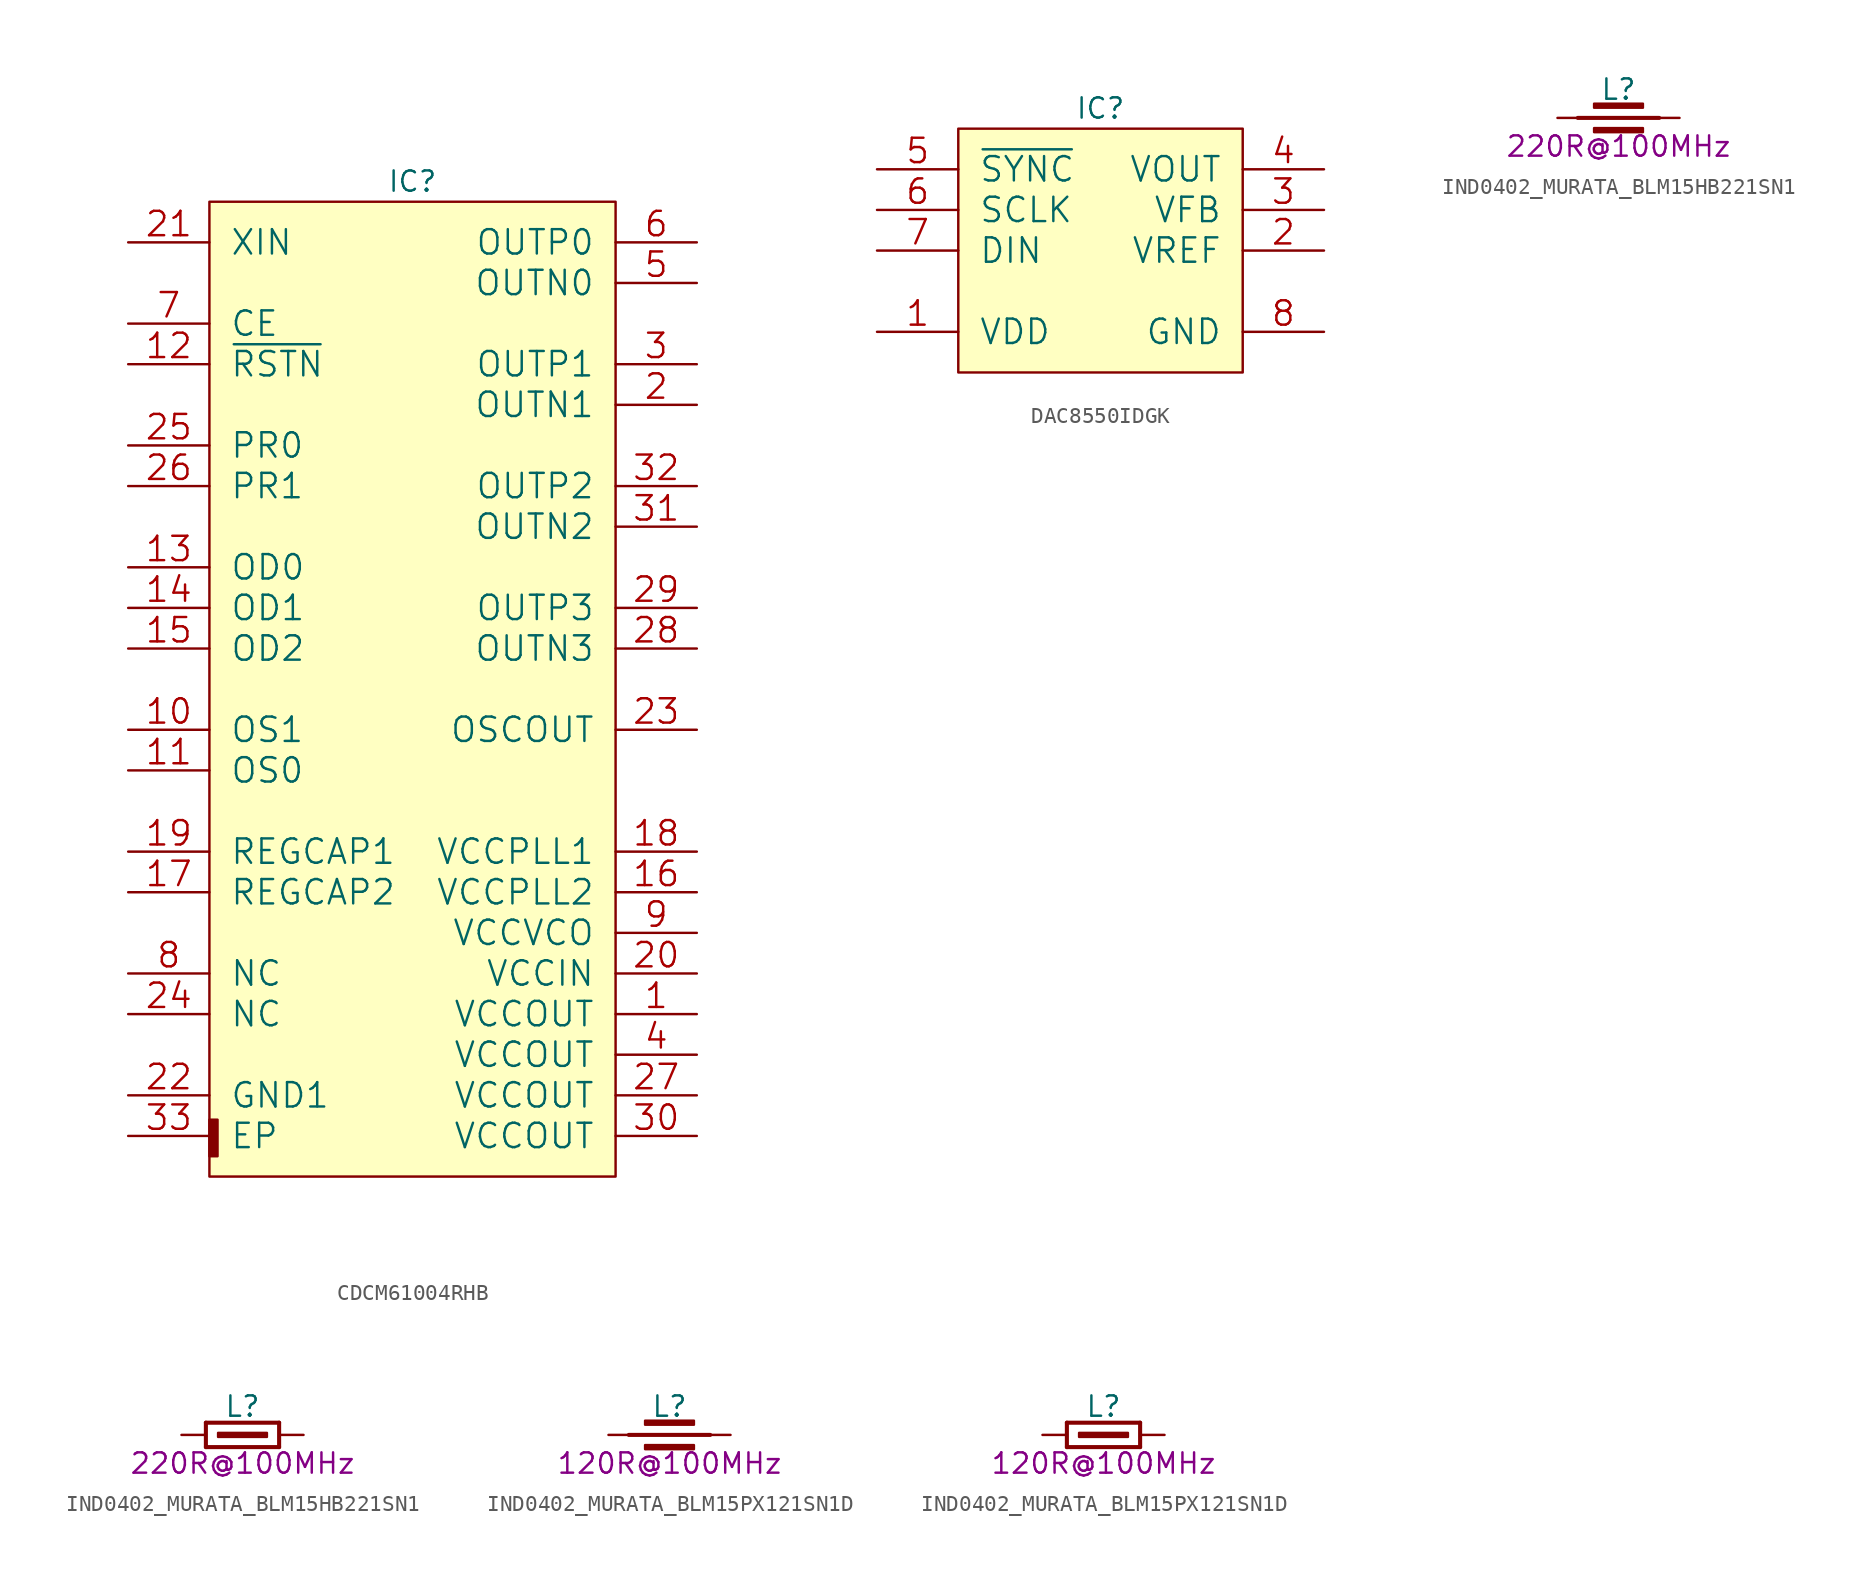
<source format=kicad_sym>
(kicad_symbol_lib
  (version 20241209)
  (generator "kicad_symbol_editor")
  (generator_version "9.0")
  (symbol "CDCM61004RHB"
    (pin_names
      (offset 1.27))
    (property "Reference" "IC"
      (at 12.7 1.27 0)
      (effects (font (size 1.27 1.27))))
    (property "ki_locked" ""
      (at 0 0 0)
      (effects (font (size 1.27 1.27))))
    (symbol "CDCM61004RHB_0_1"
      (rectangle (start 0 -59.69) (end 0.508 -57.404) (stroke (width 0) (type default)) (fill (type outline)))
      (rectangle (start 0 -60.96) (end 25.4 0) (stroke (width 0) (type default)) (fill (type background)))
      (pin input line (at -5.08 -2.54 0) (length 5.08) (name "XIN" (effects (font (size 1.524 1.524)))) (number "21" (effects (font (size 1.524 1.524)))))
      (pin input line (at -5.08 -7.62 0) (length 5.08) (name "CE" (effects (font (size 1.524 1.524)))) (number "7" (effects (font (size 1.524 1.524)))))
      (pin input line (at -5.08 -10.16 0) (length 5.08) (name "~{RSTN}" (effects (font (size 1.524 1.524)))) (number "12" (effects (font (size 1.524 1.524)))))
      (pin input line (at -5.08 -15.24 0) (length 5.08) (name "PR0" (effects (font (size 1.524 1.524)))) (number "25" (effects (font (size 1.524 1.524)))))
      (pin input line (at -5.08 -17.78 0) (length 5.08) (name "PR1" (effects (font (size 1.524 1.524)))) (number "26" (effects (font (size 1.524 1.524)))))
      (pin input line (at -5.08 -22.86 0) (length 5.08) (name "OD0" (effects (font (size 1.524 1.524)))) (number "13" (effects (font (size 1.524 1.524)))))
      (pin input line (at -5.08 -25.4 0) (length 5.08) (name "OD1" (effects (font (size 1.524 1.524)))) (number "14" (effects (font (size 1.524 1.524)))))
      (pin input line (at -5.08 -27.94 0) (length 5.08) (name "OD2" (effects (font (size 1.524 1.524)))) (number "15" (effects (font (size 1.524 1.524)))))
      (pin input line (at -5.08 -33.02 0) (length 5.08) (name "OS1" (effects (font (size 1.524 1.524)))) (number "10" (effects (font (size 1.524 1.524)))))
      (pin input line (at -5.08 -35.56 0) (length 5.08) (name "OS0" (effects (font (size 1.524 1.524)))) (number "11" (effects (font (size 1.524 1.524)))))
      (pin output line (at -5.08 -40.64 0) (length 5.08) (name "REGCAP1" (effects (font (size 1.524 1.524)))) (number "19" (effects (font (size 1.524 1.524)))))
      (pin output line (at -5.08 -43.18 0) (length 5.08) (name "REGCAP2" (effects (font (size 1.524 1.524)))) (number "17" (effects (font (size 1.524 1.524)))))
      (pin passive line (at -5.08 -48.26 0) (length 5.08) (name "NC" (effects (font (size 1.524 1.524)))) (number "8" (effects (font (size 1.524 1.524)))))
      (pin passive line (at -5.08 -50.8 0) (length 5.08) (name "NC" (effects (font (size 1.524 1.524)))) (number "24" (effects (font (size 1.524 1.524)))))
      (pin power_in line (at -5.08 -55.88 0) (length 5.08) (name "GND1" (effects (font (size 1.524 1.524)))) (number "22" (effects (font (size 1.524 1.524)))))
      (pin power_in line (at -5.08 -58.42 0) (length 5.08) (name "EP" (effects (font (size 1.524 1.524)))) (number "33" (effects (font (size 1.524 1.524)))))
      (pin output line (at 30.48 -2.54 180) (length 5.08) (name "OUTP0" (effects (font (size 1.524 1.524)))) (number "6" (effects (font (size 1.524 1.524)))))
      (pin output line (at 30.48 -5.08 180) (length 5.08) (name "OUTN0" (effects (font (size 1.524 1.524)))) (number "5" (effects (font (size 1.524 1.524)))))
      (pin output line (at 30.48 -10.16 180) (length 5.08) (name "OUTP1" (effects (font (size 1.524 1.524)))) (number "3" (effects (font (size 1.524 1.524)))))
      (pin output line (at 30.48 -12.7 180) (length 5.08) (name "OUTN1" (effects (font (size 1.524 1.524)))) (number "2" (effects (font (size 1.524 1.524)))))
      (pin output line (at 30.48 -17.78 180) (length 5.08) (name "OUTP2" (effects (font (size 1.524 1.524)))) (number "32" (effects (font (size 1.524 1.524)))))
      (pin output line (at 30.48 -20.32 180) (length 5.08) (name "OUTN2" (effects (font (size 1.524 1.524)))) (number "31" (effects (font (size 1.524 1.524)))))
      (pin output line (at 30.48 -25.4 180) (length 5.08) (name "OUTP3" (effects (font (size 1.524 1.524)))) (number "29" (effects (font (size 1.524 1.524)))))
      (pin output line (at 30.48 -27.94 180) (length 5.08) (name "OUTN3" (effects (font (size 1.524 1.524)))) (number "28" (effects (font (size 1.524 1.524)))))
      (pin output line (at 30.48 -33.02 180) (length 5.08) (name "OSCOUT" (effects (font (size 1.524 1.524)))) (number "23" (effects (font (size 1.524 1.524)))))
      (pin power_in line (at 30.48 -40.64 180) (length 5.08) (name "VCCPLL1" (effects (font (size 1.524 1.524)))) (number "18" (effects (font (size 1.524 1.524)))))
      (pin power_in line (at 30.48 -43.18 180) (length 5.08) (name "VCCPLL2" (effects (font (size 1.524 1.524)))) (number "16" (effects (font (size 1.524 1.524)))))
      (pin power_in line (at 30.48 -45.72 180) (length 5.08) (name "VCCVCO" (effects (font (size 1.524 1.524)))) (number "9" (effects (font (size 1.524 1.524)))))
      (pin power_in line (at 30.48 -48.26 180) (length 5.08) (name "VCCIN" (effects (font (size 1.524 1.524)))) (number "20" (effects (font (size 1.524 1.524)))))
      (pin power_out line (at 30.48 -50.8 180) (length 5.08) (name "VCCOUT" (effects (font (size 1.524 1.524)))) (number "1" (effects (font (size 1.524 1.524)))))
      (pin passive line (at 30.48 -53.34 180) (length 5.08) (name "VCCOUT" (effects (font (size 1.524 1.524)))) (number "4" (effects (font (size 1.524 1.524)))))
      (pin passive line (at 30.48 -55.88 180) (length 5.08) (name "VCCOUT" (effects (font (size 1.524 1.524)))) (number "27" (effects (font (size 1.524 1.524)))))
      (pin passive line (at 30.48 -58.42 180) (length 5.08) (name "VCCOUT" (effects (font (size 1.524 1.524)))) (number "30" (effects (font (size 1.524 1.524)))))))
  (symbol "DAC8550IDGK"
    (pin_names
      (offset 1.27))
    (property "Reference" "IC"
      (at 8.89 1.27 0)
      (effects (font (size 1.27 1.27))))
    (property "ki_locked" ""
      (at 0 0 0)
      (effects (font (size 1.27 1.27))))
    (symbol "DAC8550IDGK_0_1"
      (rectangle (start 0 -15.24) (end 17.78 0) (stroke (width 0) (type default)) (fill (type background)))
      (pin input line (at -5.08 -2.54 0) (length 5.08) (name "~{SYNC}" (effects (font (size 1.524 1.524)))) (number "5" (effects (font (size 1.524 1.524)))))
      (pin input line (at -5.08 -5.08 0) (length 5.08) (name "SCLK" (effects (font (size 1.524 1.524)))) (number "6" (effects (font (size 1.524 1.524)))))
      (pin input line (at -5.08 -7.62 0) (length 5.08) (name "DIN" (effects (font (size 1.524 1.524)))) (number "7" (effects (font (size 1.524 1.524)))))
      (pin power_in line (at -5.08 -12.7 0) (length 5.08) (name "VDD" (effects (font (size 1.524 1.524)))) (number "1" (effects (font (size 1.524 1.524)))))
      (pin output line (at 22.86 -2.54 180) (length 5.08) (name "VOUT" (effects (font (size 1.524 1.524)))) (number "4" (effects (font (size 1.524 1.524)))))
      (pin input line (at 22.86 -5.08 180) (length 5.08) (name "VFB" (effects (font (size 1.524 1.524)))) (number "3" (effects (font (size 1.524 1.524)))))
      (pin input line (at 22.86 -7.62 180) (length 5.08) (name "VREF" (effects (font (size 1.524 1.524)))) (number "2" (effects (font (size 1.524 1.524)))))
      (pin power_in line (at 22.86 -12.7 180) (length 5.08) (name "GND" (effects (font (size 1.524 1.524)))) (number "8" (effects (font (size 1.524 1.524)))))))
  (symbol "IND0402_MURATA_BLM15HB221SN1"
    (pin_names
      (offset 1.27))
    (property "Reference" "L"
      (at 3.81 1.778 0)
      (effects (font (size 1.27 1.27))))
    (property "Val" "220R@100MHz"
      (at 3.81 -1.778 0)
      (effects (font (size 1.27 1.27))))
    (property "ki_locked" ""
      (at 0 0 0)
      (effects (font (size 1.27 1.27))))
    (symbol "IND0402_MURATA_BLM15HB221SN1_0_1"
      (polyline (pts (xy 1.27 0) (xy 6.35 0)) (stroke (width 0.254) (type solid)) (fill (type none)))
      (rectangle (start 2.286 0.635) (end 5.334 0.889) (stroke (width 0) (type solid)) (fill (type outline)))
      (rectangle (start 2.286 -0.889) (end 5.334 -0.635) (stroke (width 0) (type solid)) (fill (type outline)))
      (pin passive line (at 0 0 0) (length 1.27) (name "1" (effects (font (size 0 0)))) (number "1" (effects (font (size 0 0)))))
      (pin passive line (at 7.62 0 180) (length 1.27) (name "2" (effects (font (size 0 0)))) (number "2" (effects (font (size 0 0))))))
    (symbol "IND0402_MURATA_BLM15HB221SN1_0_2"
      (polyline (pts (xy 1.524 0.762) (xy 1.524 -0.762)) (stroke (width 0.254) (type solid)) (fill (type none)))
      (polyline (pts (xy 1.524 -0.762) (xy 6.096 -0.762)) (stroke (width 0.254) (type solid)) (fill (type none)))
      (rectangle (start 2.286 -0.127) (end 5.334 0.127) (stroke (width 0) (type solid)) (fill (type outline)))
      (polyline (pts (xy 6.096 0.762) (xy 1.524 0.762)) (stroke (width 0.254) (type solid)) (fill (type none)))
      (polyline (pts (xy 6.096 -0.762) (xy 6.096 0.762)) (stroke (width 0.254) (type solid)) (fill (type none)))
      (pin passive line (at 0 0 0) (length 1.524) (name "1" (effects (font (size 0 0)))) (number "1" (effects (font (size 0 0)))))
      (pin passive line (at 7.62 0 180) (length 1.524) (name "2" (effects (font (size 0 0)))) (number "2" (effects (font (size 0 0)))))))
  (symbol "IND0402_MURATA_BLM15PX121SN1D"
    (pin_names
      (offset 1.27))
    (property "Reference" "L"
      (at 3.81 1.778 0)
      (effects (font (size 1.27 1.27))))
    (property "Val" "120R@100MHz"
      (at 3.81 -1.778 0)
      (effects (font (size 1.27 1.27))))
    (property "ki_locked" ""
      (at 0 0 0)
      (effects (font (size 1.27 1.27))))
    (symbol "IND0402_MURATA_BLM15PX121SN1D_0_1"
      (polyline (pts (xy 1.27 0) (xy 6.35 0)) (stroke (width 0.254) (type solid)) (fill (type none)))
      (rectangle (start 2.286 0.635) (end 5.334 0.889) (stroke (width 0) (type solid)) (fill (type outline)))
      (rectangle (start 2.286 -0.889) (end 5.334 -0.635) (stroke (width 0) (type solid)) (fill (type outline)))
      (pin passive line (at 0 0 0) (length 1.27) (name "1" (effects (font (size 0 0)))) (number "1" (effects (font (size 0 0)))))
      (pin passive line (at 7.62 0 180) (length 1.27) (name "2" (effects (font (size 0 0)))) (number "2" (effects (font (size 0 0))))))
    (symbol "IND0402_MURATA_BLM15PX121SN1D_0_2"
      (polyline (pts (xy 1.524 0.762) (xy 1.524 -0.762)) (stroke (width 0.254) (type solid)) (fill (type none)))
      (polyline (pts (xy 1.524 -0.762) (xy 6.096 -0.762)) (stroke (width 0.254) (type solid)) (fill (type none)))
      (rectangle (start 2.286 -0.127) (end 5.334 0.127) (stroke (width 0) (type solid)) (fill (type outline)))
      (polyline (pts (xy 6.096 0.762) (xy 1.524 0.762)) (stroke (width 0.254) (type solid)) (fill (type none)))
      (polyline (pts (xy 6.096 -0.762) (xy 6.096 0.762)) (stroke (width 0.254) (type solid)) (fill (type none)))
      (pin passive line (at 0 0 0) (length 1.524) (name "1" (effects (font (size 0 0)))) (number "1" (effects (font (size 0 0)))))
      (pin passive line (at 7.62 0 180) (length 1.524) (name "2" (effects (font (size 0 0)))) (number "2" (effects (font (size 0 0))))))))
</source>
